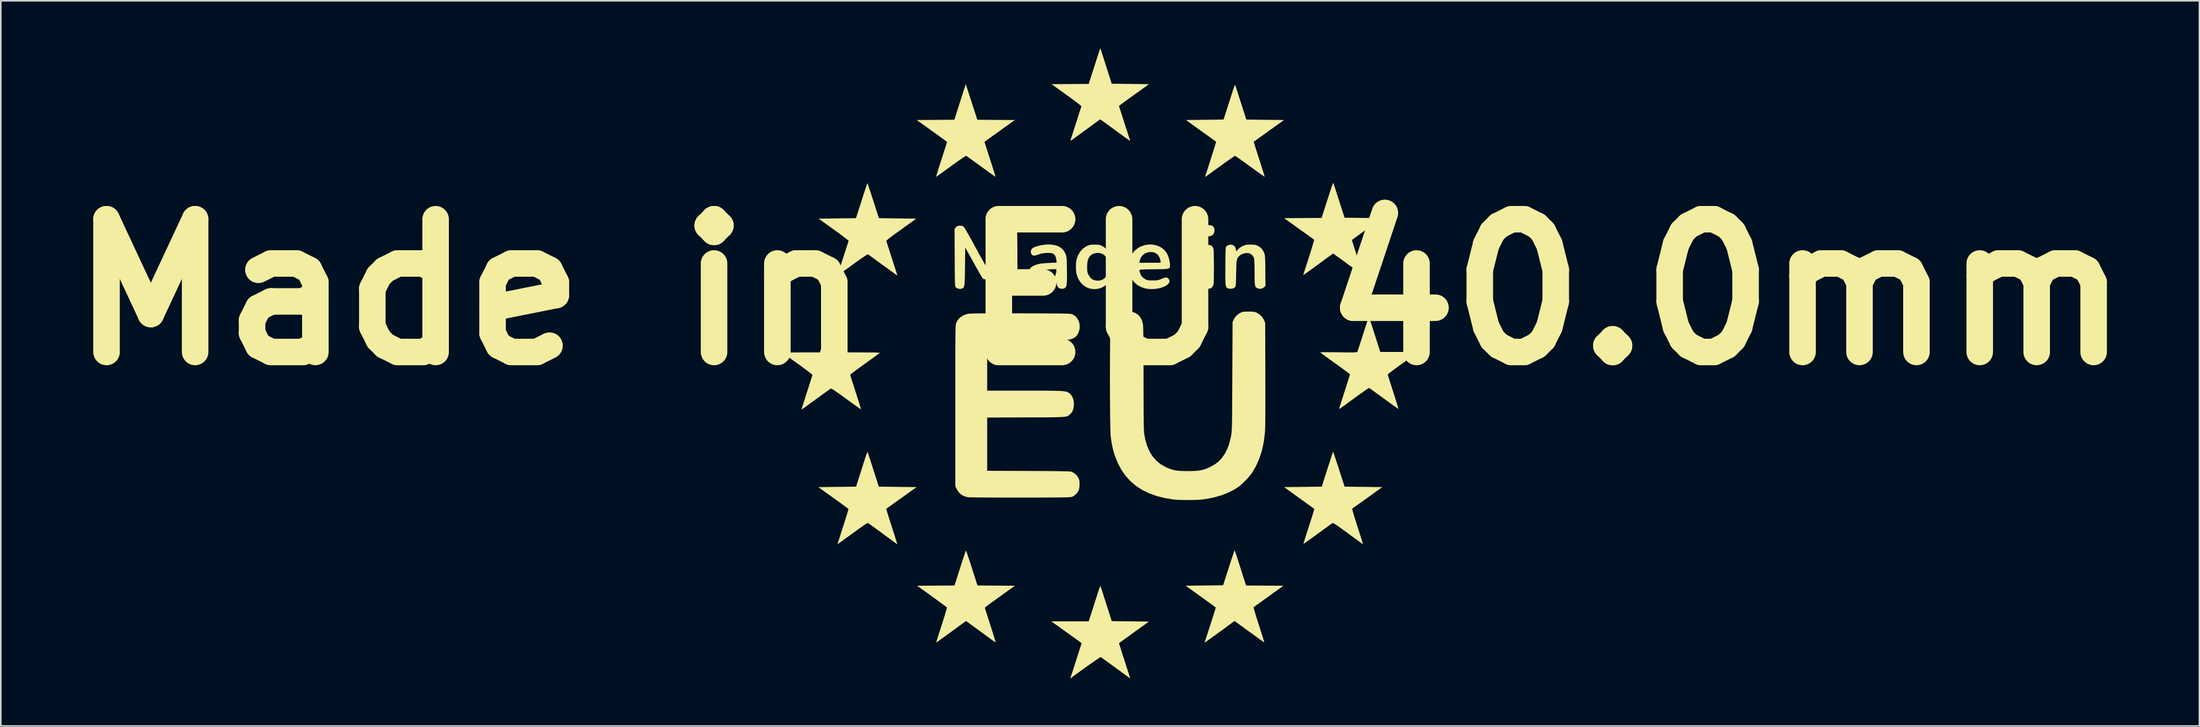
<source format=kicad_pcb>
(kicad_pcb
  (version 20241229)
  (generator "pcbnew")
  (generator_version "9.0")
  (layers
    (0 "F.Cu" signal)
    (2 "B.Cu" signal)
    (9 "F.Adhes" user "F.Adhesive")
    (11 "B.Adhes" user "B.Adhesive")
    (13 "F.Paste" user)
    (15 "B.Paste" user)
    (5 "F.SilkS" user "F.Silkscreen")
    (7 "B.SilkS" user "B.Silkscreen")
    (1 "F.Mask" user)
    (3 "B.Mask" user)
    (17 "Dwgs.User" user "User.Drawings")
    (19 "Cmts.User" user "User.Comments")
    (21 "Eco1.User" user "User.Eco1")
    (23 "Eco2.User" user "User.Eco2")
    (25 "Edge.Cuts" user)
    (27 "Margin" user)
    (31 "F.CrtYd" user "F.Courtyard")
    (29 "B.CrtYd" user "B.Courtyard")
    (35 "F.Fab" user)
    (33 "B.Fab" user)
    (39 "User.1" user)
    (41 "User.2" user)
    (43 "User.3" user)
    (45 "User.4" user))
  (footprint "Made in EU 40.0mm"
    (layer "F.Cu")
    (at 66.285 19.871)
    (property "Reference" "Made in EU 40.0mm" (at 0 -4.5 180) (layer "F.SilkS") (effects (font (size 8.376 8.376) (thickness 1.672))))
    (attr board_only exclude_from_pos_files exclude_from_bom)
    (fp_poly (pts (xy 6.944 -8.713) (xy 7.072 -8.673) (xy 7.157 -8.596) (xy 7.201 -8.478) (xy 7.21 -8.374) (xy 7.185 -8.227) (xy 7.111 -8.111) (xy 7.023 -8.046) (xy 6.923 -8.018) (xy 6.794 -8.012) (xy 6.664 -8.029) (xy 6.586 -8.054) (xy 6.495 -8.123) (xy 6.435 -8.228) (xy 6.409 -8.351) (xy 6.42 -8.478) (xy 6.469 -8.59) (xy 6.507 -8.636) (xy 6.569 -8.68) (xy 6.652 -8.705) (xy 6.769 -8.718)) (stroke (width 0) (type solid)) (fill yes) (layer "F.SilkS"))
    (fp_poly (pts (xy 6.962 -7.451) (xy 7.064 -7.386) (xy 7.128 -7.274) (xy 7.147 -7.204) (xy 7.153 -7.14) (xy 7.159 -7.025) (xy 7.164 -6.869) (xy 7.168 -6.681) (xy 7.171 -6.469) (xy 7.173 -6.243) (xy 7.174 -6.012) (xy 7.173 -5.784) (xy 7.172 -5.569) (xy 7.17 -5.376) (xy 7.166 -5.214) (xy 7.162 -5.091) (xy 7.156 -5.019) (xy 7.11 -4.87) (xy 7.055 -4.792) (xy 6.993 -4.736) (xy 6.926 -4.711) (xy 6.829 -4.704) (xy 6.825 -4.704) (xy 6.695 -4.718) (xy 6.602 -4.763) (xy 6.6 -4.765) (xy 6.539 -4.836) (xy 6.494 -4.927) (xy 6.492 -4.936) (xy 6.483 -4.997) (xy 6.476 -5.108) (xy 6.471 -5.262) (xy 6.466 -5.449) (xy 6.463 -5.66) (xy 6.461 -5.888) (xy 6.461 -6.124) (xy 6.462 -6.358) (xy 6.464 -6.582) (xy 6.467 -6.787) (xy 6.472 -6.965) (xy 6.478 -7.107) (xy 6.486 -7.204) (xy 6.492 -7.241) (xy 6.551 -7.363) (xy 6.649 -7.44) (xy 6.786 -7.472) (xy 6.82 -7.473)) (stroke (width 0) (type solid)) (fill yes) (layer "F.SilkS"))
    (fp_poly (pts (xy 14.702 -11.377) (xy 14.703 -11.373) (xy 14.716 -11.335) (xy 14.744 -11.248) (xy 14.787 -11.116) (xy 14.841 -10.948) (xy 14.906 -10.748) (xy 14.978 -10.525) (xy 15.055 -10.284) (xy 15.064 -10.256) (xy 15.41 -9.185) (xy 16.594 -9.17) (xy 17.777 -9.155) (xy 16.823 -8.471) (xy 16.613 -8.321) (xy 16.419 -8.181) (xy 16.247 -8.055) (xy 16.1 -7.948) (xy 15.986 -7.863) (xy 15.908 -7.804) (xy 15.871 -7.774) (xy 15.869 -7.772) (xy 15.878 -7.741) (xy 15.904 -7.659) (xy 15.944 -7.534) (xy 15.996 -7.37) (xy 16.058 -7.175) (xy 16.13 -6.955) (xy 16.207 -6.715) (xy 16.222 -6.669) (xy 16.3 -6.427) (xy 16.372 -6.203) (xy 16.435 -6.003) (xy 16.489 -5.835) (xy 16.529 -5.703) (xy 16.556 -5.614) (xy 16.566 -5.574) (xy 16.566 -5.572) (xy 16.541 -5.587) (xy 16.474 -5.634) (xy 16.368 -5.708) (xy 16.231 -5.806) (xy 16.066 -5.924) (xy 15.879 -6.059) (xy 15.675 -6.208) (xy 15.623 -6.246) (xy 14.688 -6.928) (xy 13.797 -6.276) (xy 13.551 -6.096) (xy 13.348 -5.948) (xy 13.186 -5.83) (xy 13.059 -5.738) (xy 12.963 -5.671) (xy 12.894 -5.625) (xy 12.849 -5.597) (xy 12.822 -5.585) (xy 12.81 -5.585) (xy 12.808 -5.596) (xy 12.813 -5.614) (xy 12.814 -5.617) (xy 12.91 -5.909) (xy 13.004 -6.198) (xy 13.095 -6.48) (xy 13.181 -6.749) (xy 13.259 -6.999) (xy 13.329 -7.226) (xy 13.389 -7.422) (xy 13.436 -7.583) (xy 13.47 -7.703) (xy 13.488 -7.777) (xy 13.49 -7.799) (xy 13.462 -7.82) (xy 13.39 -7.871) (xy 13.28 -7.949) (xy 13.139 -8.051) (xy 12.971 -8.171) (xy 12.781 -8.307) (xy 12.575 -8.455) (xy 12.533 -8.485) (xy 11.6 -9.155) (xy 12.78 -9.163) (xy 13.96 -9.17) (xy 14.217 -9.967) (xy 14.321 -10.292) (xy 14.41 -10.565) (xy 14.483 -10.79) (xy 14.542 -10.971) (xy 14.589 -11.112) (xy 14.626 -11.219) (xy 14.653 -11.295) (xy 14.673 -11.344) (xy 14.687 -11.371) (xy 14.696 -11.381)) (stroke (width 0) (type solid)) (fill yes) (layer "F.SilkS"))
    (fp_poly (pts (xy 0.038 14.091) (xy 0.066 14.179) (xy 0.108 14.31) (xy 0.162 14.479) (xy 0.226 14.678) (xy 0.298 14.902) (xy 0.375 15.144) (xy 0.388 15.184) (xy 0.735 16.27) (xy 1.907 16.285) (xy 3.078 16.3) (xy 2.201 16.929) (xy 1.997 17.076) (xy 1.806 17.214) (xy 1.634 17.338) (xy 1.487 17.445) (xy 1.371 17.529) (xy 1.292 17.587) (xy 1.257 17.614) (xy 1.189 17.67) (xy 1.534 18.742) (xy 1.612 18.984) (xy 1.684 19.209) (xy 1.749 19.411) (xy 1.804 19.583) (xy 1.848 19.718) (xy 1.878 19.81) (xy 1.892 19.853) (xy 1.892 19.855) (xy 1.893 19.88) (xy 1.869 19.867) (xy 1.827 19.836) (xy 1.746 19.776) (xy 1.631 19.692) (xy 1.49 19.589) (xy 1.328 19.472) (xy 1.153 19.344) (xy 0.971 19.212) (xy 0.788 19.079) (xy 0.612 18.951) (xy 0.448 18.832) (xy 0.303 18.727) (xy 0.183 18.641) (xy 0.096 18.578) (xy 0.048 18.544) (xy 0.04 18.539) (xy 0.011 18.552) (xy -0.059 18.596) (xy -0.165 18.667) (xy -0.301 18.759) (xy -0.46 18.869) (xy -0.636 18.991) (xy -0.822 19.123) (xy -1.013 19.259) (xy -1.203 19.395) (xy -1.384 19.526) (xy -1.551 19.648) (xy -1.697 19.757) (xy -1.817 19.848) (xy -1.844 19.869) (xy -1.875 19.887) (xy -1.871 19.859) (xy -1.871 19.858) (xy -1.858 19.819) (xy -1.829 19.731) (xy -1.787 19.602) (xy -1.735 19.441) (xy -1.675 19.255) (xy -1.61 19.052) (xy -1.541 18.84) (xy -1.473 18.627) (xy -1.407 18.421) (xy -1.346 18.23) (xy -1.292 18.062) (xy -1.248 17.925) (xy -1.217 17.827) (xy -1.203 17.783) (xy -1.165 17.658) (xy -2.12 16.971) (xy -3.074 16.285) (xy -1.896 16.285) (xy -0.718 16.285) (xy -0.505 15.623) (xy -0.433 15.397) (xy -0.355 15.155) (xy -0.278 14.915) (xy -0.208 14.694) (xy -0.148 14.509) (xy -0.141 14.486) (xy -0.09 14.333) (xy -0.045 14.205) (xy -0.008 14.111) (xy 0.017 14.06) (xy 0.026 14.054)) (stroke (width 0) (type solid)) (fill yes) (layer "F.SilkS"))
    (fp_poly (pts (xy -8.219 -16.851) (xy -8.147 -16.625) (xy -8.072 -16.395) (xy -8.001 -16.174) (xy -7.937 -15.976) (xy -7.883 -15.812) (xy -7.856 -15.727) (xy -7.736 -15.363) (xy -6.555 -15.355) (xy -5.374 -15.348) (xy -6.222 -14.739) (xy -6.425 -14.593) (xy -6.617 -14.455) (xy -6.792 -14.33) (xy -6.942 -14.221) (xy -7.061 -14.134) (xy -7.144 -14.073) (xy -7.179 -14.047) (xy -7.287 -13.964) (xy -6.935 -12.871) (xy -6.857 -12.627) (xy -6.785 -12.403) (xy -6.722 -12.202) (xy -6.669 -12.033) (xy -6.629 -11.9) (xy -6.603 -11.81) (xy -6.592 -11.769) (xy -6.592 -11.767) (xy -6.618 -11.782) (xy -6.686 -11.828) (xy -6.791 -11.902) (xy -6.929 -12) (xy -7.093 -12.118) (xy -7.278 -12.252) (xy -7.48 -12.399) (xy -7.504 -12.416) (xy -7.708 -12.566) (xy -7.899 -12.704) (xy -8.069 -12.827) (xy -8.214 -12.931) (xy -8.328 -13.012) (xy -8.406 -13.066) (xy -8.442 -13.089) (xy -8.443 -13.09) (xy -8.474 -13.076) (xy -8.548 -13.031) (xy -8.659 -12.957) (xy -8.802 -12.86) (xy -8.971 -12.742) (xy -9.16 -12.607) (xy -9.364 -12.459) (xy -9.402 -12.432) (xy -9.607 -12.282) (xy -9.798 -12.144) (xy -9.968 -12.021) (xy -10.112 -11.918) (xy -10.225 -11.837) (xy -10.301 -11.784) (xy -10.336 -11.761) (xy -10.338 -11.76) (xy -10.332 -11.787) (xy -10.31 -11.865) (xy -10.273 -11.987) (xy -10.223 -12.148) (xy -10.163 -12.341) (xy -10.093 -12.56) (xy -10.017 -12.799) (xy -9.999 -12.854) (xy -9.921 -13.097) (xy -9.848 -13.323) (xy -9.784 -13.524) (xy -9.73 -13.694) (xy -9.687 -13.828) (xy -9.659 -13.919) (xy -9.647 -13.961) (xy -9.646 -13.963) (xy -9.67 -13.983) (xy -9.736 -14.034) (xy -9.841 -14.112) (xy -9.979 -14.213) (xy -10.144 -14.333) (xy -10.333 -14.469) (xy -10.538 -14.617) (xy -10.601 -14.663) (xy -11.557 -15.348) (xy -10.371 -15.356) (xy -9.185 -15.364) (xy -8.904 -16.249) (xy -8.83 -16.481) (xy -8.758 -16.706) (xy -8.691 -16.915) (xy -8.632 -17.099) (xy -8.584 -17.247) (xy -8.55 -17.351) (xy -8.543 -17.372) (xy -8.464 -17.61)) (stroke (width 0) (type solid)) (fill yes) (layer "F.SilkS"))
    (fp_poly (pts (xy -8.446 11.836) (xy -8.417 11.909) (xy -8.375 12.028) (xy -8.321 12.186) (xy -8.257 12.376) (xy -8.185 12.594) (xy -8.107 12.833) (xy -8.084 12.907) (xy -7.728 14.022) (xy -6.548 14.03) (xy -5.369 14.038) (xy -6.316 14.718) (xy -6.525 14.869) (xy -6.719 15.009) (xy -6.89 15.135) (xy -7.036 15.242) (xy -7.15 15.328) (xy -7.227 15.388) (xy -7.263 15.417) (xy -7.264 15.42) (xy -7.256 15.452) (xy -7.23 15.534) (xy -7.191 15.661) (xy -7.139 15.825) (xy -7.077 16.02) (xy -7.007 16.241) (xy -6.931 16.48) (xy -6.921 16.509) (xy -6.844 16.749) (xy -6.774 16.972) (xy -6.712 17.171) (xy -6.66 17.339) (xy -6.621 17.471) (xy -6.595 17.559) (xy -6.586 17.597) (xy -6.586 17.598) (xy -6.612 17.591) (xy -6.675 17.554) (xy -6.765 17.494) (xy -6.848 17.434) (xy -6.941 17.365) (xy -7.073 17.269) (xy -7.234 17.151) (xy -7.414 17.019) (xy -7.604 16.879) (xy -7.775 16.754) (xy -8.449 16.261) (xy -9.264 16.856) (xy -9.463 17.002) (xy -9.653 17.14) (xy -9.826 17.266) (xy -9.975 17.375) (xy -10.095 17.461) (xy -10.177 17.521) (xy -10.208 17.542) (xy -10.282 17.593) (xy -10.318 17.611) (xy -10.326 17.599) (xy -10.316 17.562) (xy -10.302 17.518) (xy -10.273 17.424) (xy -10.229 17.287) (xy -10.174 17.115) (xy -10.109 16.913) (xy -10.038 16.689) (xy -9.968 16.471) (xy -9.893 16.235) (xy -9.825 16.016) (xy -9.765 15.821) (xy -9.717 15.657) (xy -9.681 15.53) (xy -9.659 15.447) (xy -9.655 15.414) (xy -9.681 15.389) (xy -9.751 15.333) (xy -9.858 15.251) (xy -9.998 15.146) (xy -10.166 15.023) (xy -10.355 14.885) (xy -10.56 14.737) (xy -10.6 14.707) (xy -11.532 14.038) (xy -10.352 14.03) (xy -9.172 14.022) (xy -9.115 13.836) (xy -9.056 13.648) (xy -8.99 13.44) (xy -8.92 13.218) (xy -8.847 12.991) (xy -8.774 12.764) (xy -8.704 12.546) (xy -8.638 12.343) (xy -8.579 12.163) (xy -8.529 12.013) (xy -8.491 11.9) (xy -8.467 11.831) (xy -8.459 11.813)) (stroke (width 0) (type solid)) (fill yes) (layer "F.SilkS"))
    (fp_poly (pts (xy 3.322 -7.488) (xy 3.566 -7.436) (xy 3.791 -7.34) (xy 3.989 -7.202) (xy 4.152 -7.025) (xy 4.241 -6.881) (xy 4.318 -6.692) (xy 4.374 -6.478) (xy 4.403 -6.269) (xy 4.406 -6.205) (xy 4.406 -6.134) (xy 4.401 -6.078) (xy 4.385 -6.033) (xy 4.354 -5.999) (xy 4.3 -5.975) (xy 4.218 -5.957) (xy 4.102 -5.946) (xy 3.947 -5.939) (xy 3.746 -5.935) (xy 3.493 -5.932) (xy 3.376 -5.931) (xy 3.114 -5.929) (xy 2.907 -5.926) (xy 2.747 -5.923) (xy 2.631 -5.916) (xy 2.551 -5.905) (xy 2.502 -5.887) (xy 2.479 -5.862) (xy 2.477 -5.828) (xy 2.488 -5.783) (xy 2.509 -5.726) (xy 2.519 -5.697) (xy 2.586 -5.541) (xy 2.676 -5.425) (xy 2.804 -5.33) (xy 2.839 -5.31) (xy 2.911 -5.272) (xy 2.975 -5.248) (xy 3.047 -5.234) (xy 3.142 -5.228) (xy 3.277 -5.226) (xy 3.32 -5.227) (xy 3.473 -5.229) (xy 3.585 -5.236) (xy 3.674 -5.252) (xy 3.759 -5.278) (xy 3.841 -5.312) (xy 3.993 -5.373) (xy 4.106 -5.406) (xy 4.189 -5.41) (xy 4.254 -5.386) (xy 4.3 -5.349) (xy 4.366 -5.253) (xy 4.377 -5.157) (xy 4.341 -5.064) (xy 4.263 -4.975) (xy 4.148 -4.893) (xy 4.003 -4.82) (xy 3.833 -4.76) (xy 3.644 -4.715) (xy 3.441 -4.687) (xy 3.231 -4.679) (xy 3.02 -4.693) (xy 2.87 -4.718) (xy 2.589 -4.806) (xy 2.349 -4.936) (xy 2.152 -5.108) (xy 1.998 -5.318) (xy 1.889 -5.565) (xy 1.827 -5.847) (xy 1.812 -6.088) (xy 1.831 -6.341) (xy 2.466 -6.341) (xy 3.139 -6.341) (xy 3.811 -6.341) (xy 3.811 -6.438) (xy 3.798 -6.521) (xy 3.765 -6.626) (xy 3.738 -6.689) (xy 3.637 -6.845) (xy 3.499 -6.953) (xy 3.329 -7.011) (xy 3.265 -7.02) (xy 3.052 -7.011) (xy 2.863 -6.949) (xy 2.704 -6.84) (xy 2.582 -6.687) (xy 2.5 -6.495) (xy 2.487 -6.438) (xy 2.466 -6.341) (xy 1.831 -6.341) (xy 1.836 -6.399) (xy 1.907 -6.673) (xy 2.024 -6.912) (xy 2.188 -7.114) (xy 2.398 -7.278) (xy 2.549 -7.36) (xy 2.806 -7.452) (xy 3.066 -7.494)) (stroke (width 0) (type solid)) (fill yes) (layer "F.SilkS"))
    (fp_poly (pts (xy 8.486 11.816) (xy 8.497 11.846) (xy 8.516 11.898) (xy 8.543 11.977) (xy 8.579 12.087) (xy 8.627 12.232) (xy 8.686 12.416) (xy 8.76 12.644) (xy 8.848 12.919) (xy 8.953 13.245) (xy 8.975 13.315) (xy 9.202 14.022) (xy 10.38 14.03) (xy 11.557 14.038) (xy 10.626 14.707) (xy 10.419 14.857) (xy 10.226 14.996) (xy 10.053 15.12) (xy 9.907 15.225) (xy 9.791 15.308) (xy 9.712 15.365) (xy 9.675 15.391) (xy 9.673 15.393) (xy 9.677 15.424) (xy 9.697 15.505) (xy 9.732 15.63) (xy 9.781 15.793) (xy 9.84 15.989) (xy 9.91 16.209) (xy 9.986 16.45) (xy 10.005 16.507) (xy 10.083 16.751) (xy 10.155 16.976) (xy 10.219 17.177) (xy 10.272 17.347) (xy 10.313 17.481) (xy 10.34 17.572) (xy 10.351 17.613) (xy 10.351 17.615) (xy 10.326 17.6) (xy 10.258 17.554) (xy 10.152 17.479) (xy 10.014 17.381) (xy 9.849 17.262) (xy 9.663 17.127) (xy 9.459 16.979) (xy 9.408 16.943) (xy 8.475 16.261) (xy 8.324 16.373) (xy 8.125 16.519) (xy 7.918 16.671) (xy 7.708 16.824) (xy 7.5 16.975) (xy 7.301 17.12) (xy 7.116 17.254) (xy 6.951 17.373) (xy 6.81 17.474) (xy 6.7 17.552) (xy 6.626 17.604) (xy 6.594 17.625) (xy 6.593 17.625) (xy 6.587 17.607) (xy 6.589 17.603) (xy 6.601 17.571) (xy 6.628 17.49) (xy 6.668 17.368) (xy 6.719 17.212) (xy 6.778 17.03) (xy 6.843 16.828) (xy 6.912 16.616) (xy 6.982 16.4) (xy 7.05 16.187) (xy 7.114 15.986) (xy 7.173 15.804) (xy 7.222 15.648) (xy 7.26 15.527) (xy 7.285 15.446) (xy 7.294 15.415) (xy 7.294 15.415) (xy 7.271 15.396) (xy 7.204 15.346) (xy 7.1 15.268) (xy 6.962 15.168) (xy 6.797 15.047) (xy 6.609 14.911) (xy 6.404 14.763) (xy 6.344 14.721) (xy 5.394 14.038) (xy 6.574 14.023) (xy 7.754 14.008) (xy 8.11 12.899) (xy 8.189 12.655) (xy 8.262 12.43) (xy 8.328 12.231) (xy 8.385 12.063) (xy 8.43 11.932) (xy 8.461 11.844) (xy 8.478 11.805) (xy 8.479 11.804)) (stroke (width 0) (type solid)) (fill yes) (layer "F.SilkS"))
    (fp_poly (pts (xy 0.031 -19.837) (xy 0.058 -19.753) (xy 0.099 -19.625) (xy 0.152 -19.459) (xy 0.215 -19.261) (xy 0.286 -19.039) (xy 0.363 -18.797) (xy 0.381 -18.742) (xy 0.733 -17.64) (xy 1.907 -17.625) (xy 3.081 -17.61) (xy 2.136 -16.931) (xy 1.928 -16.781) (xy 1.735 -16.642) (xy 1.563 -16.517) (xy 1.418 -16.411) (xy 1.305 -16.327) (xy 1.228 -16.269) (xy 1.192 -16.241) (xy 1.191 -16.239) (xy 1.2 -16.209) (xy 1.224 -16.131) (xy 1.262 -16.011) (xy 1.311 -15.856) (xy 1.369 -15.675) (xy 1.433 -15.476) (xy 1.501 -15.264) (xy 1.57 -15.049) (xy 1.638 -14.837) (xy 1.703 -14.636) (xy 1.762 -14.453) (xy 1.812 -14.297) (xy 1.852 -14.174) (xy 1.876 -14.104) (xy 1.885 -14.078) (xy 1.892 -14.058) (xy 1.893 -14.045) (xy 1.883 -14.043) (xy 1.858 -14.055) (xy 1.813 -14.083) (xy 1.744 -14.13) (xy 1.647 -14.2) (xy 1.517 -14.294) (xy 1.35 -14.416) (xy 1.141 -14.568) (xy 1.012 -14.662) (xy 0.814 -14.807) (xy 0.628 -14.943) (xy 0.46 -15.065) (xy 0.316 -15.17) (xy 0.203 -15.252) (xy 0.127 -15.306) (xy 0.1 -15.326) (xy 0.007 -15.391) (xy -0.793 -14.808) (xy -0.992 -14.663) (xy -1.182 -14.524) (xy -1.355 -14.397) (xy -1.506 -14.287) (xy -1.627 -14.199) (xy -1.71 -14.139) (xy -1.738 -14.118) (xy -1.817 -14.062) (xy -1.858 -14.038) (xy -1.87 -14.045) (xy -1.861 -14.081) (xy -1.86 -14.084) (xy -1.847 -14.127) (xy -1.818 -14.218) (xy -1.776 -14.349) (xy -1.723 -14.513) (xy -1.663 -14.701) (xy -1.597 -14.907) (xy -1.528 -15.121) (xy -1.459 -15.337) (xy -1.392 -15.545) (xy -1.33 -15.739) (xy -1.275 -15.91) (xy -1.23 -16.05) (xy -1.197 -16.152) (xy -1.179 -16.208) (xy -1.177 -16.215) (xy -1.198 -16.239) (xy -1.262 -16.294) (xy -1.365 -16.375) (xy -1.501 -16.479) (xy -1.664 -16.602) (xy -1.851 -16.74) (xy -2.056 -16.889) (xy -2.112 -16.929) (xy -3.059 -17.61) (xy -1.888 -17.618) (xy -0.718 -17.626) (xy -0.505 -18.288) (xy -0.433 -18.514) (xy -0.355 -18.756) (xy -0.278 -18.996) (xy -0.207 -19.217) (xy -0.148 -19.401) (xy -0.141 -19.424) (xy -0.09 -19.579) (xy -0.046 -19.709) (xy -0.011 -19.806) (xy 0.012 -19.862) (xy 0.02 -19.871)) (stroke (width 0) (type solid)) (fill yes) (layer "F.SilkS"))
    (fp_poly (pts (xy 14.696 5.605) (xy 14.723 5.681) (xy 14.765 5.801) (xy 14.818 5.96) (xy 14.882 6.151) (xy 14.953 6.37) (xy 15.031 6.609) (xy 15.053 6.677) (xy 15.409 7.785) (xy 16.597 7.8) (xy 17.785 7.815) (xy 16.852 8.485) (xy 16.644 8.635) (xy 16.45 8.774) (xy 16.277 8.898) (xy 16.129 9.004) (xy 16.012 9.088) (xy 15.931 9.145) (xy 15.893 9.172) (xy 15.89 9.174) (xy 15.892 9.206) (xy 15.912 9.29) (xy 15.948 9.42) (xy 15.998 9.592) (xy 16.061 9.801) (xy 16.137 10.043) (xy 16.22 10.304) (xy 16.299 10.549) (xy 16.372 10.776) (xy 16.436 10.978) (xy 16.491 11.149) (xy 16.533 11.283) (xy 16.561 11.375) (xy 16.573 11.418) (xy 16.574 11.42) (xy 16.549 11.404) (xy 16.482 11.357) (xy 16.377 11.281) (xy 16.24 11.182) (xy 16.076 11.063) (xy 15.889 10.927) (xy 15.686 10.778) (xy 15.633 10.74) (xy 15.395 10.566) (xy 15.201 10.424) (xy 15.045 10.312) (xy 14.922 10.226) (xy 14.829 10.164) (xy 14.76 10.122) (xy 14.711 10.097) (xy 14.676 10.086) (xy 14.652 10.086) (xy 14.636 10.093) (xy 14.598 10.119) (xy 14.518 10.177) (xy 14.402 10.26) (xy 14.255 10.367) (xy 14.083 10.491) (xy 13.893 10.63) (xy 13.701 10.77) (xy 13.501 10.916) (xy 13.317 11.049) (xy 13.153 11.167) (xy 13.016 11.264) (xy 12.911 11.337) (xy 12.842 11.383) (xy 12.817 11.398) (xy 12.823 11.368) (xy 12.846 11.288) (xy 12.884 11.163) (xy 12.934 11.001) (xy 12.995 10.807) (xy 13.065 10.587) (xy 13.143 10.348) (xy 13.158 10.3) (xy 13.236 10.058) (xy 13.308 9.833) (xy 13.371 9.633) (xy 13.423 9.463) (xy 13.464 9.33) (xy 13.49 9.239) (xy 13.499 9.198) (xy 13.499 9.196) (xy 13.472 9.173) (xy 13.406 9.122) (xy 13.309 9.05) (xy 13.19 8.964) (xy 13.138 8.926) (xy 13.008 8.833) (xy 12.843 8.714) (xy 12.655 8.578) (xy 12.457 8.436) (xy 12.262 8.295) (xy 12.192 8.244) (xy 11.596 7.815) (xy 12.783 7.8) (xy 13.97 7.785) (xy 14.321 6.689) (xy 14.399 6.446) (xy 14.472 6.22) (xy 14.537 6.019) (xy 14.593 5.848) (xy 14.637 5.715) (xy 14.668 5.624) (xy 14.683 5.583) (xy 14.684 5.581)) (stroke (width 0) (type solid)) (fill yes) (layer "F.SilkS"))
    (fp_poly (pts (xy -14.652 5.597) (xy -14.639 5.635) (xy -14.611 5.723) (xy -14.568 5.854) (xy -14.513 6.023) (xy -14.449 6.222) (xy -14.377 6.445) (xy -14.3 6.686) (xy -14.291 6.714) (xy -13.946 7.785) (xy -12.757 7.8) (xy -11.568 7.815) (xy -12.52 8.498) (xy -12.73 8.648) (xy -12.924 8.787) (xy -13.097 8.911) (xy -13.245 9.017) (xy -13.361 9.1) (xy -13.441 9.157) (xy -13.479 9.185) (xy -13.481 9.186) (xy -13.474 9.215) (xy -13.451 9.295) (xy -13.413 9.418) (xy -13.363 9.58) (xy -13.301 9.775) (xy -13.231 9.995) (xy -13.154 10.236) (xy -13.132 10.304) (xy -13.054 10.549) (xy -12.981 10.775) (xy -12.917 10.977) (xy -12.863 11.148) (xy -12.821 11.283) (xy -12.793 11.374) (xy -12.781 11.417) (xy -12.781 11.419) (xy -12.805 11.403) (xy -12.872 11.356) (xy -12.977 11.281) (xy -13.114 11.181) (xy -13.277 11.062) (xy -13.463 10.927) (xy -13.664 10.779) (xy -13.695 10.756) (xy -13.9 10.605) (xy -14.091 10.466) (xy -14.262 10.341) (xy -14.408 10.236) (xy -14.523 10.153) (xy -14.601 10.098) (xy -14.638 10.073) (xy -14.64 10.073) (xy -14.671 10.086) (xy -14.745 10.132) (xy -14.856 10.205) (xy -14.998 10.303) (xy -15.167 10.421) (xy -15.357 10.557) (xy -15.562 10.705) (xy -15.615 10.743) (xy -15.822 10.895) (xy -16.013 11.034) (xy -16.183 11.157) (xy -16.327 11.261) (xy -16.44 11.342) (xy -16.517 11.396) (xy -16.552 11.42) (xy -16.553 11.421) (xy -16.544 11.391) (xy -16.519 11.311) (xy -16.48 11.187) (xy -16.428 11.025) (xy -16.365 10.83) (xy -16.294 10.61) (xy -16.217 10.37) (xy -16.199 10.313) (xy -16.12 10.069) (xy -16.049 9.843) (xy -15.986 9.64) (xy -15.933 9.468) (xy -15.893 9.333) (xy -15.867 9.24) (xy -15.857 9.196) (xy -15.857 9.194) (xy -15.884 9.172) (xy -15.953 9.12) (xy -16.06 9.041) (xy -16.2 8.938) (xy -16.367 8.817) (xy -16.556 8.68) (xy -16.762 8.532) (xy -16.815 8.494) (xy -17.759 7.815) (xy -16.57 7.8) (xy -15.38 7.785) (xy -15.147 7.056) (xy -15.075 6.831) (xy -15.002 6.6) (xy -14.93 6.377) (xy -14.866 6.175) (xy -14.813 6.009) (xy -14.791 5.94) (xy -14.746 5.803) (xy -14.706 5.694) (xy -14.674 5.622) (xy -14.655 5.595)) (stroke (width 0) (type solid)) (fill yes) (layer "F.SilkS"))
    (fp_poly (pts (xy 8.524 -17.527) (xy 8.553 -17.44) (xy 8.596 -17.308) (xy 8.65 -17.14) (xy 8.714 -16.941) (xy 8.786 -16.718) (xy 8.864 -16.477) (xy 8.873 -16.449) (xy 9.217 -15.377) (xy 10.404 -15.362) (xy 11.591 -15.348) (xy 10.641 -14.665) (xy 10.432 -14.515) (xy 10.238 -14.376) (xy 10.065 -14.252) (xy 9.918 -14.146) (xy 9.802 -14.063) (xy 9.722 -14.006) (xy 9.685 -13.979) (xy 9.682 -13.977) (xy 9.689 -13.948) (xy 9.713 -13.869) (xy 9.751 -13.746) (xy 9.801 -13.584) (xy 9.863 -13.39) (xy 9.933 -13.17) (xy 10.01 -12.93) (xy 10.028 -12.873) (xy 10.107 -12.629) (xy 10.178 -12.404) (xy 10.242 -12.203) (xy 10.295 -12.033) (xy 10.336 -11.899) (xy 10.363 -11.808) (xy 10.374 -11.766) (xy 10.374 -11.764) (xy 10.348 -11.779) (xy 10.281 -11.825) (xy 10.175 -11.899) (xy 10.038 -11.997) (xy 9.874 -12.115) (xy 9.688 -12.25) (xy 9.486 -12.397) (xy 9.455 -12.419) (xy 9.25 -12.569) (xy 9.058 -12.707) (xy 8.886 -12.829) (xy 8.739 -12.932) (xy 8.622 -13.011) (xy 8.542 -13.063) (xy 8.503 -13.085) (xy 8.502 -13.085) (xy 8.468 -13.068) (xy 8.393 -13.019) (xy 8.28 -12.943) (xy 8.137 -12.843) (xy 7.967 -12.723) (xy 7.778 -12.588) (xy 7.574 -12.44) (xy 7.55 -12.422) (xy 7.346 -12.274) (xy 7.157 -12.137) (xy 6.989 -12.015) (xy 6.846 -11.913) (xy 6.735 -11.834) (xy 6.661 -11.781) (xy 6.628 -11.76) (xy 6.628 -11.76) (xy 6.625 -11.784) (xy 6.64 -11.842) (xy 6.68 -11.965) (xy 6.732 -12.122) (xy 6.791 -12.306) (xy 6.856 -12.508) (xy 6.924 -12.722) (xy 6.994 -12.941) (xy 7.063 -13.157) (xy 7.127 -13.362) (xy 7.186 -13.55) (xy 7.237 -13.712) (xy 7.277 -13.842) (xy 7.305 -13.932) (xy 7.317 -13.975) (xy 7.317 -13.977) (xy 7.292 -13.995) (xy 7.224 -14.044) (xy 7.118 -14.121) (xy 6.979 -14.22) (xy 6.813 -14.34) (xy 6.624 -14.476) (xy 6.419 -14.623) (xy 6.36 -14.665) (xy 5.412 -15.348) (xy 6.597 -15.362) (xy 7.782 -15.377) (xy 7.992 -16.032) (xy 8.064 -16.256) (xy 8.14 -16.495) (xy 8.216 -16.732) (xy 8.285 -16.948) (xy 8.343 -17.128) (xy 8.349 -17.148) (xy 8.399 -17.299) (xy 8.443 -17.423) (xy 8.479 -17.514) (xy 8.504 -17.561) (xy 8.512 -17.565)) (stroke (width 0) (type solid)) (fill yes) (layer "F.SilkS"))
    (fp_poly (pts (xy -14.647 -11.333) (xy -14.619 -11.252) (xy -14.577 -11.127) (xy -14.523 -10.963) (xy -14.46 -10.768) (xy -14.388 -10.547) (xy -14.311 -10.307) (xy -14.293 -10.252) (xy -13.942 -9.155) (xy -12.763 -9.14) (xy -11.584 -9.125) (xy -12.536 -8.442) (xy -12.778 -8.267) (xy -12.977 -8.123) (xy -13.135 -8.007) (xy -13.256 -7.915) (xy -13.346 -7.844) (xy -13.408 -7.791) (xy -13.447 -7.751) (xy -13.465 -7.723) (xy -13.469 -7.702) (xy -13.468 -7.698) (xy -13.453 -7.651) (xy -13.424 -7.557) (xy -13.381 -7.424) (xy -13.328 -7.259) (xy -13.267 -7.07) (xy -13.202 -6.864) (xy -13.133 -6.651) (xy -13.064 -6.437) (xy -12.998 -6.23) (xy -12.936 -6.039) (xy -12.882 -5.87) (xy -12.838 -5.732) (xy -12.806 -5.632) (xy -12.788 -5.579) (xy -12.786 -5.573) (xy -12.79 -5.549) (xy -12.81 -5.556) (xy -12.839 -5.577) (xy -12.91 -5.628) (xy -13.016 -5.704) (xy -13.151 -5.801) (xy -13.307 -5.914) (xy -13.479 -6.039) (xy -13.66 -6.17) (xy -13.843 -6.302) (xy -14.021 -6.432) (xy -14.189 -6.554) (xy -14.339 -6.664) (xy -14.466 -6.756) (xy -14.562 -6.826) (xy -14.621 -6.87) (xy -14.633 -6.879) (xy -14.663 -6.867) (xy -14.736 -6.823) (xy -14.847 -6.751) (xy -14.992 -6.652) (xy -15.164 -6.532) (xy -15.36 -6.393) (xy -15.574 -6.238) (xy -15.599 -6.22) (xy -15.806 -6.069) (xy -15.998 -5.93) (xy -16.17 -5.806) (xy -16.315 -5.701) (xy -16.43 -5.619) (xy -16.508 -5.563) (xy -16.545 -5.539) (xy -16.547 -5.538) (xy -16.549 -5.56) (xy -16.542 -5.583) (xy -16.529 -5.621) (xy -16.5 -5.709) (xy -16.458 -5.841) (xy -16.403 -6.009) (xy -16.339 -6.207) (xy -16.268 -6.428) (xy -16.192 -6.662) (xy -16.116 -6.9) (xy -16.045 -7.119) (xy -15.982 -7.315) (xy -15.929 -7.48) (xy -15.887 -7.608) (xy -15.86 -7.692) (xy -15.849 -7.726) (xy -15.87 -7.75) (xy -15.934 -7.804) (xy -16.037 -7.884) (xy -16.173 -7.988) (xy -16.337 -8.11) (xy -16.524 -8.248) (xy -16.729 -8.397) (xy -16.791 -8.441) (xy -17.744 -9.125) (xy -16.565 -9.14) (xy -15.386 -9.155) (xy -15.242 -9.601) (xy -15.189 -9.769) (xy -15.122 -9.977) (xy -15.048 -10.207) (xy -14.972 -10.445) (xy -14.899 -10.672) (xy -14.886 -10.713) (xy -14.825 -10.9) (xy -14.77 -11.065) (xy -14.723 -11.201) (xy -14.687 -11.3) (xy -14.665 -11.355) (xy -14.659 -11.364)) (stroke (width 0) (type solid)) (fill yes) (layer "F.SilkS"))
    (fp_poly (pts (xy 9.626 -7.486) (xy 9.73 -7.478) (xy 9.811 -7.462) (xy 9.889 -7.433) (xy 9.952 -7.403) (xy 10.099 -7.313) (xy 10.212 -7.198) (xy 10.304 -7.043) (xy 10.34 -6.961) (xy 10.358 -6.914) (xy 10.372 -6.866) (xy 10.384 -6.81) (xy 10.392 -6.738) (xy 10.399 -6.644) (xy 10.404 -6.519) (xy 10.408 -6.358) (xy 10.411 -6.154) (xy 10.414 -5.898) (xy 10.414 -5.842) (xy 10.424 -4.882) (xy 10.335 -4.793) (xy 10.227 -4.723) (xy 10.095 -4.696) (xy 9.959 -4.711) (xy 9.866 -4.753) (xy 9.829 -4.783) (xy 9.799 -4.823) (xy 9.776 -4.88) (xy 9.76 -4.96) (xy 9.748 -5.07) (xy 9.741 -5.217) (xy 9.737 -5.408) (xy 9.735 -5.65) (xy 9.735 -5.743) (xy 9.734 -5.992) (xy 9.73 -6.21) (xy 9.724 -6.39) (xy 9.716 -6.525) (xy 9.705 -6.61) (xy 9.702 -6.623) (xy 9.635 -6.765) (xy 9.527 -6.875) (xy 9.391 -6.942) (xy 9.342 -6.952) (xy 9.173 -6.953) (xy 9.001 -6.911) (xy 8.849 -6.834) (xy 8.785 -6.782) (xy 8.731 -6.727) (xy 8.688 -6.674) (xy 8.654 -6.616) (xy 8.629 -6.545) (xy 8.611 -6.455) (xy 8.598 -6.336) (xy 8.588 -6.182) (xy 8.582 -5.986) (xy 8.576 -5.74) (xy 8.575 -5.665) (xy 8.57 -5.424) (xy 8.566 -5.235) (xy 8.561 -5.091) (xy 8.555 -4.986) (xy 8.547 -4.912) (xy 8.537 -4.861) (xy 8.525 -4.828) (xy 8.509 -4.804) (xy 8.497 -4.792) (xy 8.397 -4.729) (xy 8.268 -4.699) (xy 8.135 -4.706) (xy 8.077 -4.719) (xy 8.029 -4.736) (xy 7.99 -4.761) (xy 7.958 -4.801) (xy 7.935 -4.86) (xy 7.917 -4.943) (xy 7.905 -5.055) (xy 7.898 -5.203) (xy 7.894 -5.391) (xy 7.893 -5.624) (xy 7.894 -5.908) (xy 7.896 -6.139) (xy 7.898 -6.435) (xy 7.901 -6.679) (xy 7.903 -6.874) (xy 7.907 -7.026) (xy 7.911 -7.143) (xy 7.917 -7.228) (xy 7.924 -7.288) (xy 7.933 -7.329) (xy 7.944 -7.357) (xy 7.958 -7.376) (xy 7.961 -7.38) (xy 8.057 -7.447) (xy 8.184 -7.481) (xy 8.299 -7.48) (xy 8.42 -7.435) (xy 8.507 -7.344) (xy 8.555 -7.21) (xy 8.557 -7.198) (xy 8.577 -7.061) (xy 8.695 -7.188) (xy 8.803 -7.283) (xy 8.938 -7.371) (xy 8.999 -7.401) (xy 9.094 -7.442) (xy 9.178 -7.467) (xy 9.269 -7.481) (xy 9.389 -7.486) (xy 9.482 -7.487)) (stroke (width 0) (type solid)) (fill yes) (layer "F.SilkS"))
    (fp_poly (pts (xy 0.988 -8.669) (xy 1.098 -8.613) (xy 1.139 -8.576) (xy 1.221 -8.484) (xy 1.221 -6.712) (xy 1.221 -6.329) (xy 1.22 -6.001) (xy 1.219 -5.724) (xy 1.217 -5.493) (xy 1.214 -5.304) (xy 1.209 -5.152) (xy 1.201 -5.032) (xy 1.192 -4.94) (xy 1.18 -4.872) (xy 1.164 -4.824) (xy 1.145 -4.789) (xy 1.123 -4.765) (xy 1.096 -4.747) (xy 1.069 -4.732) (xy 0.982 -4.707) (xy 0.868 -4.7) (xy 0.756 -4.711) (xy 0.685 -4.734) (xy 0.622 -4.794) (xy 0.57 -4.891) (xy 0.54 -5.002) (xy 0.536 -5.052) (xy 0.536 -5.134) (xy 0.443 -5.021) (xy 0.284 -4.873) (xy 0.088 -4.764) (xy -0.133 -4.697) (xy -0.368 -4.676) (xy -0.606 -4.702) (xy -0.657 -4.715) (xy -0.885 -4.806) (xy -1.085 -4.948) (xy -1.255 -5.134) (xy -1.389 -5.36) (xy -1.482 -5.621) (xy -1.487 -5.642) (xy -1.507 -5.769) (xy -1.519 -5.934) (xy -1.521 -6.088) (xy -0.818 -6.088) (xy -0.816 -5.933) (xy -0.809 -5.82) (xy -0.794 -5.733) (xy -0.769 -5.657) (xy -0.75 -5.612) (xy -0.645 -5.435) (xy -0.516 -5.312) (xy -0.357 -5.238) (xy -0.166 -5.212) (xy -0.149 -5.211) (xy -0.01 -5.224) (xy 0.115 -5.258) (xy 0.134 -5.266) (xy 0.29 -5.37) (xy 0.407 -5.519) (xy 0.486 -5.713) (xy 0.526 -5.953) (xy 0.53 -6) (xy 0.525 -6.271) (xy 0.48 -6.498) (xy 0.394 -6.682) (xy 0.267 -6.824) (xy 0.15 -6.9) (xy -0.015 -6.954) (xy -0.192 -6.964) (xy -0.366 -6.933) (xy -0.52 -6.864) (xy -0.616 -6.784) (xy -0.707 -6.663) (xy -0.768 -6.524) (xy -0.804 -6.353) (xy -0.818 -6.14) (xy -0.818 -6.088) (xy -1.521 -6.088) (xy -1.522 -6.117) (xy -1.516 -6.296) (xy -1.502 -6.452) (xy -1.486 -6.535) (xy -1.394 -6.804) (xy -1.262 -7.036) (xy -1.093 -7.225) (xy -0.89 -7.369) (xy -0.825 -7.402) (xy -0.731 -7.442) (xy -0.648 -7.467) (xy -0.557 -7.481) (xy -0.438 -7.486) (xy -0.342 -7.487) (xy -0.199 -7.485) (xy -0.097 -7.478) (xy -0.017 -7.461) (xy 0.06 -7.432) (xy 0.13 -7.399) (xy 0.246 -7.328) (xy 0.359 -7.239) (xy 0.42 -7.179) (xy 0.536 -7.048) (xy 0.536 -7.75) (xy 0.537 -8.019) (xy 0.542 -8.233) (xy 0.55 -8.391) (xy 0.561 -8.492) (xy 0.57 -8.527) (xy 0.639 -8.614) (xy 0.743 -8.668) (xy 0.865 -8.686)) (stroke (width 0) (type solid)) (fill yes) (layer "F.SilkS"))
    (fp_poly (pts (xy -3.141 -7.494) (xy -2.862 -7.457) (xy -2.628 -7.38) (xy -2.437 -7.264) (xy -2.287 -7.107) (xy -2.179 -6.908) (xy -2.173 -6.892) (xy -2.151 -6.834) (xy -2.135 -6.776) (xy -2.122 -6.71) (xy -2.112 -6.628) (xy -2.105 -6.521) (xy -2.1 -6.381) (xy -2.095 -6.199) (xy -2.091 -5.966) (xy -2.091 -5.946) (xy -2.086 -5.647) (xy -2.086 -5.403) (xy -2.09 -5.206) (xy -2.099 -5.052) (xy -2.115 -4.935) (xy -2.139 -4.849) (xy -2.171 -4.789) (xy -2.214 -4.749) (xy -2.267 -4.723) (xy -2.322 -4.708) (xy -2.47 -4.699) (xy -2.59 -4.741) (xy -2.678 -4.832) (xy -2.73 -4.969) (xy -2.738 -5.013) (xy -2.754 -5.136) (xy -2.82 -5.024) (xy -2.935 -4.886) (xy -3.093 -4.782) (xy -3.286 -4.714) (xy -3.506 -4.685) (xy -3.745 -4.698) (xy -3.785 -4.705) (xy -3.968 -4.754) (xy -4.132 -4.841) (xy -4.295 -4.975) (xy -4.307 -4.986) (xy -4.403 -5.09) (xy -4.465 -5.186) (xy -4.508 -5.3) (xy -4.511 -5.311) (xy -4.545 -5.524) (xy -4.541 -5.568) (xy -3.863 -5.568) (xy -3.851 -5.45) (xy -3.832 -5.401) (xy -3.735 -5.271) (xy -3.603 -5.189) (xy -3.443 -5.154) (xy -3.259 -5.169) (xy -3.207 -5.182) (xy -3.051 -5.255) (xy -2.921 -5.374) (xy -2.825 -5.529) (xy -2.772 -5.709) (xy -2.764 -5.777) (xy -2.754 -5.94) (xy -3.096 -5.93) (xy -3.349 -5.915) (xy -3.55 -5.886) (xy -3.697 -5.841) (xy -3.789 -5.783) (xy -3.793 -5.779) (xy -3.843 -5.686) (xy -3.863 -5.568) (xy -4.541 -5.568) (xy -4.526 -5.729) (xy -4.467 -5.892) (xy -4.41 -5.988) (xy -4.34 -6.06) (xy -4.241 -6.124) (xy -4.138 -6.175) (xy -4.016 -6.222) (xy -3.878 -6.26) (xy -3.714 -6.289) (xy -3.515 -6.311) (xy -3.27 -6.327) (xy -3.162 -6.332) (xy -2.736 -6.351) (xy -2.756 -6.517) (xy -2.788 -6.682) (xy -2.842 -6.802) (xy -2.925 -6.888) (xy -2.956 -6.91) (xy -3.052 -6.946) (xy -3.19 -6.963) (xy -3.355 -6.964) (xy -3.532 -6.949) (xy -3.707 -6.918) (xy -3.866 -6.873) (xy -3.881 -6.867) (xy -4.033 -6.814) (xy -4.144 -6.792) (xy -4.225 -6.8) (xy -4.288 -6.837) (xy -4.318 -6.87) (xy -4.366 -6.975) (xy -4.366 -7.091) (xy -4.321 -7.199) (xy -4.27 -7.254) (xy -4.159 -7.319) (xy -4.002 -7.378) (xy -3.814 -7.428) (xy -3.608 -7.466) (xy -3.398 -7.49) (xy -3.199 -7.496)) (stroke (width 0) (type solid)) (fill yes) (layer "F.SilkS"))
    (fp_poly (pts (xy -16.932 -2.87) (xy -16.903 -2.796) (xy -16.861 -2.678) (xy -16.806 -2.52) (xy -16.742 -2.329) (xy -16.671 -2.111) (xy -16.593 -1.872) (xy -16.57 -1.799) (xy -16.215 -0.685) (xy -15.043 -0.685) (xy -14.727 -0.684) (xy -14.457 -0.682) (xy -14.237 -0.679) (xy -14.069 -0.674) (xy -13.954 -0.668) (xy -13.896 -0.661) (xy -13.888 -0.656) (xy -13.915 -0.633) (xy -13.986 -0.579) (xy -14.094 -0.498) (xy -14.235 -0.395) (xy -14.402 -0.273) (xy -14.591 -0.136) (xy -14.796 0.011) (xy -14.828 0.034) (xy -15.034 0.183) (xy -15.224 0.321) (xy -15.393 0.446) (xy -15.535 0.552) (xy -15.645 0.636) (xy -15.718 0.694) (xy -15.749 0.722) (xy -15.749 0.724) (xy -15.741 0.758) (xy -15.715 0.842) (xy -15.676 0.969) (xy -15.624 1.135) (xy -15.562 1.331) (xy -15.491 1.552) (xy -15.414 1.792) (xy -15.405 1.822) (xy -15.328 2.063) (xy -15.257 2.285) (xy -15.195 2.483) (xy -15.144 2.65) (xy -15.105 2.78) (xy -15.08 2.867) (xy -15.071 2.904) (xy -15.072 2.905) (xy -15.097 2.89) (xy -15.166 2.845) (xy -15.272 2.771) (xy -15.41 2.673) (xy -15.575 2.555) (xy -15.761 2.42) (xy -15.964 2.273) (xy -16.001 2.246) (xy -16.229 2.08) (xy -16.434 1.934) (xy -16.612 1.81) (xy -16.757 1.711) (xy -16.867 1.639) (xy -16.937 1.599) (xy -16.961 1.591) (xy -16.994 1.612) (xy -17.069 1.664) (xy -17.181 1.743) (xy -17.324 1.845) (xy -17.492 1.966) (xy -17.68 2.102) (xy -17.872 2.242) (xy -18.11 2.415) (xy -18.304 2.557) (xy -18.459 2.669) (xy -18.578 2.756) (xy -18.668 2.82) (xy -18.732 2.864) (xy -18.774 2.892) (xy -18.799 2.907) (xy -18.811 2.911) (xy -18.816 2.908) (xy -18.816 2.903) (xy -18.807 2.871) (xy -18.782 2.789) (xy -18.742 2.663) (xy -18.69 2.5) (xy -18.628 2.305) (xy -18.558 2.086) (xy -18.481 1.847) (xy -18.474 1.825) (xy -18.396 1.585) (xy -18.325 1.362) (xy -18.262 1.162) (xy -18.209 0.993) (xy -18.168 0.86) (xy -18.142 0.771) (xy -18.131 0.731) (xy -18.131 0.73) (xy -18.155 0.705) (xy -18.221 0.65) (xy -18.326 0.568) (xy -18.463 0.463) (xy -18.628 0.341) (xy -18.816 0.203) (xy -19.02 0.056) (xy -19.055 0.03) (xy -19.262 -0.119) (xy -19.453 -0.257) (xy -19.624 -0.382) (xy -19.769 -0.488) (xy -19.882 -0.572) (xy -19.959 -0.63) (xy -19.993 -0.658) (xy -19.994 -0.659) (xy -19.969 -0.665) (xy -19.891 -0.67) (xy -19.764 -0.675) (xy -19.597 -0.679) (xy -19.393 -0.682) (xy -19.16 -0.684) (xy -18.904 -0.685) (xy -18.834 -0.685) (xy -17.657 -0.685) (xy -17.6 -0.871) (xy -17.537 -1.073) (xy -17.468 -1.293) (xy -17.395 -1.522) (xy -17.32 -1.755) (xy -17.247 -1.985) (xy -17.176 -2.203) (xy -17.111 -2.403) (xy -17.053 -2.578) (xy -17.006 -2.721) (xy -16.97 -2.825) (xy -16.949 -2.883) (xy -16.945 -2.893)) (stroke (width 0) (type solid)) (fill yes) (layer "F.SilkS"))
    (fp_poly (pts (xy -5.422 -8.664) (xy -5.327 -8.616) (xy -5.264 -8.528) (xy -5.24 -8.458) (xy -5.235 -8.41) (xy -5.23 -8.309) (xy -5.226 -8.162) (xy -5.222 -7.975) (xy -5.219 -7.755) (xy -5.216 -7.51) (xy -5.213 -7.245) (xy -5.212 -6.967) (xy -5.211 -6.683) (xy -5.21 -6.4) (xy -5.21 -6.124) (xy -5.211 -5.863) (xy -5.212 -5.622) (xy -5.214 -5.408) (xy -5.217 -5.229) (xy -5.221 -5.09) (xy -5.225 -4.999) (xy -5.228 -4.97) (xy -5.276 -4.837) (xy -5.362 -4.745) (xy -5.481 -4.699) (xy -5.624 -4.704) (xy -5.649 -4.71) (xy -5.696 -4.723) (xy -5.735 -4.739) (xy -5.767 -4.763) (xy -5.792 -4.8) (xy -5.812 -4.857) (xy -5.828 -4.937) (xy -5.839 -5.046) (xy -5.848 -5.19) (xy -5.854 -5.373) (xy -5.858 -5.602) (xy -5.862 -5.881) (xy -5.865 -6.121) (xy -5.88 -7.347) (xy -6.312 -6.556) (xy -6.467 -6.273) (xy -6.596 -6.036) (xy -6.703 -5.843) (xy -6.79 -5.689) (xy -6.86 -5.569) (xy -6.915 -5.478) (xy -6.959 -5.413) (xy -6.994 -5.368) (xy -7.024 -5.338) (xy -7.051 -5.321) (xy -7.078 -5.31) (xy -7.097 -5.304) (xy -7.238 -5.288) (xy -7.354 -5.325) (xy -7.408 -5.369) (xy -7.436 -5.41) (xy -7.488 -5.496) (xy -7.562 -5.622) (xy -7.653 -5.781) (xy -7.758 -5.966) (xy -7.874 -6.172) (xy -7.984 -6.371) (xy -8.5 -7.308) (xy -8.515 -6.103) (xy -8.519 -5.784) (xy -8.523 -5.52) (xy -8.528 -5.304) (xy -8.535 -5.132) (xy -8.545 -4.999) (xy -8.56 -4.898) (xy -8.58 -4.825) (xy -8.608 -4.775) (xy -8.643 -4.742) (xy -8.686 -4.72) (xy -8.74 -4.705) (xy -8.805 -4.691) (xy -8.813 -4.69) (xy -8.872 -4.691) (xy -8.949 -4.707) (xy -9.035 -4.746) (xy -9.098 -4.796) (xy -9.11 -4.811) (xy -9.12 -4.831) (xy -9.128 -4.861) (xy -9.135 -4.905) (xy -9.141 -4.968) (xy -9.146 -5.054) (xy -9.15 -5.168) (xy -9.153 -5.315) (xy -9.156 -5.499) (xy -9.158 -5.724) (xy -9.16 -5.995) (xy -9.161 -6.317) (xy -9.163 -6.671) (xy -9.171 -8.483) (xy -9.084 -8.581) (xy -9.026 -8.638) (xy -8.97 -8.667) (xy -8.892 -8.678) (xy -8.83 -8.679) (xy -8.728 -8.674) (xy -8.66 -8.655) (xy -8.603 -8.614) (xy -8.578 -8.589) (xy -8.546 -8.545) (xy -8.49 -8.454) (xy -8.412 -8.322) (xy -8.316 -8.154) (xy -8.205 -7.957) (xy -8.082 -7.736) (xy -7.951 -7.497) (xy -7.845 -7.3) (xy -7.712 -7.056) (xy -7.588 -6.829) (xy -7.475 -6.624) (xy -7.376 -6.448) (xy -7.294 -6.304) (xy -7.232 -6.198) (xy -7.193 -6.135) (xy -7.179 -6.119) (xy -7.161 -6.149) (xy -7.118 -6.225) (xy -7.053 -6.343) (xy -6.968 -6.497) (xy -6.867 -6.682) (xy -6.752 -6.893) (xy -6.627 -7.124) (xy -6.53 -7.304) (xy -6.396 -7.551) (xy -6.268 -7.784) (xy -6.149 -7.998) (xy -6.042 -8.188) (xy -5.951 -8.347) (xy -5.88 -8.469) (xy -5.83 -8.548) (xy -5.812 -8.574) (xy -5.755 -8.635) (xy -5.702 -8.666) (xy -5.629 -8.677) (xy -5.56 -8.679)) (stroke (width 0) (type solid)) (fill yes) (layer "F.SilkS"))
    (fp_poly (pts (xy 16.952 -2.89) (xy 16.981 -2.815) (xy 17.021 -2.701) (xy 17.07 -2.557) (xy 17.123 -2.391) (xy 17.124 -2.389) (xy 17.192 -2.177) (xy 17.27 -1.932) (xy 17.352 -1.675) (xy 17.43 -1.431) (xy 17.476 -1.288) (xy 17.66 -0.715) (xy 18.833 -0.715) (xy 19.091 -0.714) (xy 19.329 -0.712) (xy 19.541 -0.71) (xy 19.721 -0.707) (xy 19.862 -0.703) (xy 19.958 -0.698) (xy 20.003 -0.694) (xy 20.006 -0.692) (xy 19.982 -0.671) (xy 19.915 -0.618) (xy 19.81 -0.539) (xy 19.672 -0.437) (xy 19.507 -0.316) (xy 19.319 -0.181) (xy 19.114 -0.033) (xy 19.068 -0.000432) (xy 18.86 0.149) (xy 18.668 0.289) (xy 18.497 0.415) (xy 18.353 0.523) (xy 18.241 0.61) (xy 18.165 0.671) (xy 18.132 0.703) (xy 18.131 0.705) (xy 18.14 0.741) (xy 18.165 0.827) (xy 18.205 0.957) (xy 18.257 1.123) (xy 18.319 1.321) (xy 18.39 1.543) (xy 18.466 1.782) (xy 18.474 1.805) (xy 18.551 2.044) (xy 18.621 2.266) (xy 18.682 2.463) (xy 18.733 2.629) (xy 18.772 2.758) (xy 18.796 2.843) (xy 18.804 2.879) (xy 18.804 2.88) (xy 18.778 2.866) (xy 18.71 2.82) (xy 18.604 2.746) (xy 18.466 2.649) (xy 18.302 2.531) (xy 18.117 2.396) (xy 17.915 2.25) (xy 17.892 2.232) (xy 17.687 2.083) (xy 17.497 1.945) (xy 17.327 1.822) (xy 17.183 1.718) (xy 17.069 1.637) (xy 16.992 1.583) (xy 16.957 1.56) (xy 16.956 1.559) (xy 16.924 1.573) (xy 16.851 1.619) (xy 16.741 1.692) (xy 16.6 1.789) (xy 16.435 1.906) (xy 16.249 2.039) (xy 16.071 2.169) (xy 15.824 2.35) (xy 15.622 2.498) (xy 15.458 2.617) (xy 15.33 2.71) (xy 15.233 2.779) (xy 15.163 2.828) (xy 15.115 2.859) (xy 15.086 2.875) (xy 15.07 2.88) (xy 15.065 2.877) (xy 15.065 2.874) (xy 15.074 2.841) (xy 15.099 2.759) (xy 15.138 2.633) (xy 15.19 2.469) (xy 15.252 2.273) (xy 15.322 2.053) (xy 15.399 1.815) (xy 15.407 1.79) (xy 15.484 1.55) (xy 15.555 1.327) (xy 15.618 1.128) (xy 15.671 0.959) (xy 15.712 0.827) (xy 15.739 0.739) (xy 15.749 0.7) (xy 15.749 0.699) (xy 15.726 0.676) (xy 15.659 0.622) (xy 15.554 0.542) (xy 15.416 0.439) (xy 15.25 0.317) (xy 15.063 0.18) (xy 14.858 0.033) (xy 14.812 0) (xy 14.604 -0.149) (xy 14.412 -0.288) (xy 14.242 -0.412) (xy 14.097 -0.518) (xy 13.985 -0.602) (xy 13.909 -0.66) (xy 13.876 -0.688) (xy 13.875 -0.69) (xy 13.903 -0.694) (xy 13.985 -0.696) (xy 14.113 -0.698) (xy 14.282 -0.699) (xy 14.485 -0.698) (xy 14.715 -0.696) (xy 14.967 -0.693) (xy 15.031 -0.693) (xy 15.324 -0.688) (xy 15.564 -0.685) (xy 15.755 -0.684) (xy 15.903 -0.684) (xy 16.014 -0.685) (xy 16.094 -0.689) (xy 16.148 -0.694) (xy 16.183 -0.702) (xy 16.203 -0.713) (xy 16.214 -0.726) (xy 16.217 -0.732) (xy 16.232 -0.773) (xy 16.263 -0.863) (xy 16.307 -0.998) (xy 16.363 -1.168) (xy 16.428 -1.369) (xy 16.5 -1.594) (xy 16.577 -1.835) (xy 16.583 -1.853) (xy 16.66 -2.093) (xy 16.731 -2.314) (xy 16.795 -2.509) (xy 16.85 -2.674) (xy 16.893 -2.801) (xy 16.923 -2.884) (xy 16.938 -2.917) (xy 16.938 -2.917)) (stroke (width 0) (type solid)) (fill yes) (layer "F.SilkS"))
    (fp_poly (pts (xy 1.925 -3.257) (xy 2.042 -3.237) (xy 2.142 -3.206) (xy 2.214 -3.174) (xy 2.396 -3.057) (xy 2.536 -2.905) (xy 2.636 -2.714) (xy 2.698 -2.478) (xy 2.709 -2.406) (xy 2.713 -2.344) (xy 2.717 -2.226) (xy 2.721 -2.057) (xy 2.724 -1.838) (xy 2.727 -1.575) (xy 2.73 -1.271) (xy 2.733 -0.93) (xy 2.735 -0.555) (xy 2.736 -0.149) (xy 2.737 0.282) (xy 2.738 0.736) (xy 2.738 0.968) (xy 2.739 1.579) (xy 2.74 2.13) (xy 2.742 2.622) (xy 2.744 3.054) (xy 2.747 3.427) (xy 2.751 3.741) (xy 2.756 3.994) (xy 2.761 4.189) (xy 2.766 4.323) (xy 2.772 4.391) (xy 2.848 4.828) (xy 2.965 5.223) (xy 3.123 5.577) (xy 3.319 5.888) (xy 3.555 6.155) (xy 3.829 6.378) (xy 4.14 6.555) (xy 4.26 6.606) (xy 4.428 6.67) (xy 4.579 6.719) (xy 4.728 6.754) (xy 4.886 6.778) (xy 5.065 6.793) (xy 5.279 6.801) (xy 5.538 6.802) (xy 5.823 6.799) (xy 6.061 6.787) (xy 6.264 6.765) (xy 6.445 6.73) (xy 6.616 6.679) (xy 6.788 6.612) (xy 6.952 6.535) (xy 7.231 6.378) (xy 7.464 6.2) (xy 7.662 5.992) (xy 7.711 5.931) (xy 7.881 5.676) (xy 8.021 5.399) (xy 8.134 5.09) (xy 8.224 4.739) (xy 8.253 4.591) (xy 8.263 4.537) (xy 8.272 4.483) (xy 8.28 4.427) (xy 8.287 4.365) (xy 8.293 4.294) (xy 8.298 4.209) (xy 8.303 4.108) (xy 8.307 3.987) (xy 8.311 3.842) (xy 8.314 3.669) (xy 8.317 3.466) (xy 8.32 3.229) (xy 8.322 2.954) (xy 8.325 2.637) (xy 8.327 2.276) (xy 8.329 1.866) (xy 8.331 1.404) (xy 8.334 0.886) (xy 8.334 0.819) (xy 8.351 -2.605) (xy 8.422 -2.761) (xy 8.531 -2.935) (xy 8.685 -3.084) (xy 8.868 -3.196) (xy 8.939 -3.224) (xy 9.015 -3.243) (xy 9.109 -3.254) (xy 9.238 -3.259) (xy 9.363 -3.26) (xy 9.524 -3.258) (xy 9.64 -3.253) (xy 9.727 -3.241) (xy 9.8 -3.221) (xy 9.869 -3.192) (xy 10.051 -3.08) (xy 10.206 -2.929) (xy 10.319 -2.754) (xy 10.339 -2.71) (xy 10.405 -2.546) (xy 10.415 0.7) (xy 10.416 1.315) (xy 10.417 1.872) (xy 10.417 2.372) (xy 10.416 2.814) (xy 10.414 3.201) (xy 10.412 3.534) (xy 10.408 3.812) (xy 10.404 4.038) (xy 10.399 4.212) (xy 10.393 4.335) (xy 10.391 4.362) (xy 10.319 4.948) (xy 10.202 5.498) (xy 10.038 6.009) (xy 9.828 6.483) (xy 9.591 6.891) (xy 9.477 7.046) (xy 9.33 7.221) (xy 9.162 7.402) (xy 8.988 7.573) (xy 8.823 7.719) (xy 8.753 7.774) (xy 8.44 7.979) (xy 8.079 8.162) (xy 7.678 8.32) (xy 7.245 8.449) (xy 6.789 8.547) (xy 6.395 8.602) (xy 6.256 8.613) (xy 6.073 8.621) (xy 5.858 8.627) (xy 5.626 8.629) (xy 5.389 8.629) (xy 5.16 8.626) (xy 4.952 8.62) (xy 4.778 8.611) (xy 4.659 8.601) (xy 4.095 8.51) (xy 3.575 8.38) (xy 3.099 8.209) (xy 2.665 7.998) (xy 2.275 7.746) (xy 1.926 7.452) (xy 1.619 7.117) (xy 1.352 6.74) (xy 1.126 6.32) (xy 0.94 5.857) (xy 0.926 5.816) (xy 0.852 5.577) (xy 0.792 5.347) (xy 0.742 5.106) (xy 0.699 4.838) (xy 0.669 4.6) (xy 0.661 4.509) (xy 0.655 4.366) (xy 0.649 4.176) (xy 0.643 3.943) (xy 0.638 3.671) (xy 0.634 3.366) (xy 0.63 3.033) (xy 0.627 2.675) (xy 0.625 2.297) (xy 0.623 1.905) (xy 0.622 1.502) (xy 0.621 1.093) (xy 0.621 0.684) (xy 0.622 0.278) (xy 0.623 -0.119) (xy 0.625 -0.504) (xy 0.627 -0.871) (xy 0.63 -1.216) (xy 0.634 -1.533) (xy 0.638 -1.82) (xy 0.643 -2.07) (xy 0.648 -2.279) (xy 0.654 -2.443) (xy 0.661 -2.556) (xy 0.668 -2.615) (xy 0.668 -2.616) (xy 0.752 -2.83) (xy 0.878 -3.002) (xy 1.045 -3.132) (xy 1.254 -3.22) (xy 1.504 -3.265) (xy 1.769 -3.268)) (stroke (width 0) (type solid)) (fill yes) (layer "F.SilkS"))
    (fp_poly (pts (xy -5.524 -3.151) (xy -4.972 -3.149) (xy -4.474 -3.148) (xy -4.032 -3.147) (xy -3.642 -3.145) (xy -3.302 -3.144) (xy -3.007 -3.143) (xy -2.754 -3.141) (xy -2.539 -3.139) (xy -2.36 -3.136) (xy -2.212 -3.133) (xy -2.092 -3.13) (xy -1.996 -3.126) (xy -1.921 -3.121) (xy -1.864 -3.116) (xy -1.821 -3.109) (xy -1.788 -3.102) (xy -1.762 -3.094) (xy -1.739 -3.084) (xy -1.727 -3.079) (xy -1.561 -2.971) (xy -1.432 -2.824) (xy -1.342 -2.649) (xy -1.292 -2.453) (xy -1.284 -2.248) (xy -1.321 -2.043) (xy -1.404 -1.846) (xy -1.458 -1.762) (xy -1.572 -1.642) (xy -1.72 -1.557) (xy -1.91 -1.501) (xy -1.969 -1.49) (xy -2.037 -1.484) (xy -2.162 -1.479) (xy -2.342 -1.474) (xy -2.576 -1.47) (xy -2.861 -1.466) (xy -3.195 -1.463) (xy -3.575 -1.461) (xy -4 -1.46) (xy -4.468 -1.459) (xy -4.637 -1.459) (xy -7.116 -1.459) (xy -7.116 0.134) (xy -7.116 1.727) (xy -4.771 1.727) (xy -4.317 1.728) (xy -3.919 1.728) (xy -3.572 1.729) (xy -3.273 1.731) (xy -3.018 1.734) (xy -2.802 1.738) (xy -2.621 1.743) (xy -2.472 1.75) (xy -2.351 1.759) (xy -2.253 1.769) (xy -2.175 1.782) (xy -2.113 1.798) (xy -2.062 1.816) (xy -2.019 1.836) (xy -1.979 1.86) (xy -1.955 1.876) (xy -1.825 2) (xy -1.728 2.165) (xy -1.668 2.361) (xy -1.649 2.576) (xy -1.668 2.771) (xy -1.702 2.923) (xy -1.745 3.037) (xy -1.809 3.131) (xy -1.881 3.207) (xy -1.917 3.242) (xy -1.949 3.273) (xy -1.983 3.299) (xy -2.021 3.322) (xy -2.067 3.342) (xy -2.127 3.358) (xy -2.202 3.372) (xy -2.299 3.383) (xy -2.419 3.392) (xy -2.568 3.399) (xy -2.75 3.404) (xy -2.967 3.408) (xy -3.225 3.411) (xy -3.527 3.413) (xy -3.877 3.414) (xy -4.28 3.416) (xy -4.682 3.417) (xy -7.116 3.426) (xy -7.116 5.106) (xy -7.116 6.786) (xy -4.518 6.795) (xy -4.036 6.797) (xy -3.61 6.8) (xy -3.238 6.802) (xy -2.916 6.805) (xy -2.642 6.808) (xy -2.413 6.812) (xy -2.225 6.816) (xy -2.075 6.82) (xy -1.961 6.826) (xy -1.88 6.831) (xy -1.828 6.838) (xy -1.809 6.842) (xy -1.646 6.924) (xy -1.497 7.048) (xy -1.384 7.195) (xy -1.371 7.219) (xy -1.332 7.306) (xy -1.308 7.391) (xy -1.298 7.494) (xy -1.295 7.621) (xy -1.3 7.755) (xy -1.313 7.881) (xy -1.332 7.976) (xy -1.336 7.99) (xy -1.409 8.129) (xy -1.523 8.262) (xy -1.657 8.37) (xy -1.727 8.408) (xy -1.749 8.418) (xy -1.772 8.427) (xy -1.8 8.434) (xy -1.837 8.441) (xy -1.885 8.447) (xy -1.949 8.452) (xy -2.031 8.456) (xy -2.136 8.46) (xy -2.266 8.463) (xy -2.426 8.466) (xy -2.618 8.468) (xy -2.846 8.469) (xy -3.114 8.471) (xy -3.424 8.472) (xy -3.782 8.473) (xy -4.189 8.473) (xy -4.65 8.474) (xy -5.031 8.475) (xy -5.469 8.475) (xy -5.89 8.475) (xy -6.291 8.474) (xy -6.668 8.473) (xy -7.017 8.472) (xy -7.334 8.47) (xy -7.615 8.468) (xy -7.856 8.465) (xy -8.052 8.462) (xy -8.201 8.459) (xy -8.297 8.456) (xy -8.336 8.453) (xy -8.567 8.388) (xy -8.752 8.291) (xy -8.899 8.156) (xy -9.016 7.979) (xy -9.027 7.956) (xy -9.125 7.757) (xy -9.125 2.68) (xy -9.125 2.035) (xy -9.125 1.448) (xy -9.125 0.914) (xy -9.125 0.431) (xy -9.124 -0.002) (xy -9.124 -0.39) (xy -9.123 -0.734) (xy -9.122 -1.038) (xy -9.121 -1.304) (xy -9.119 -1.534) (xy -9.117 -1.733) (xy -9.115 -1.901) (xy -9.113 -2.043) (xy -9.11 -2.16) (xy -9.106 -2.255) (xy -9.102 -2.332) (xy -9.098 -2.392) (xy -9.093 -2.439) (xy -9.088 -2.475) (xy -9.082 -2.503) (xy -9.075 -2.526) (xy -9.068 -2.544) (xy -8.963 -2.738) (xy -8.811 -2.899) (xy -8.619 -3.023) (xy -8.393 -3.105) (xy -8.286 -3.126) (xy -8.216 -3.132) (xy -8.086 -3.137) (xy -7.897 -3.142) (xy -7.648 -3.145) (xy -7.341 -3.148) (xy -6.975 -3.15) (xy -6.55 -3.151) (xy -6.066 -3.151)) (stroke (width 0) (type solid)) (fill yes) (layer "F.SilkS")))
  (gr_rect
    (start -3 -3)
    (end 135.571 42.758)
    (stroke (width 0.1) (type default))
    (fill no)
    (layer "Edge.Cuts")))
</source>
